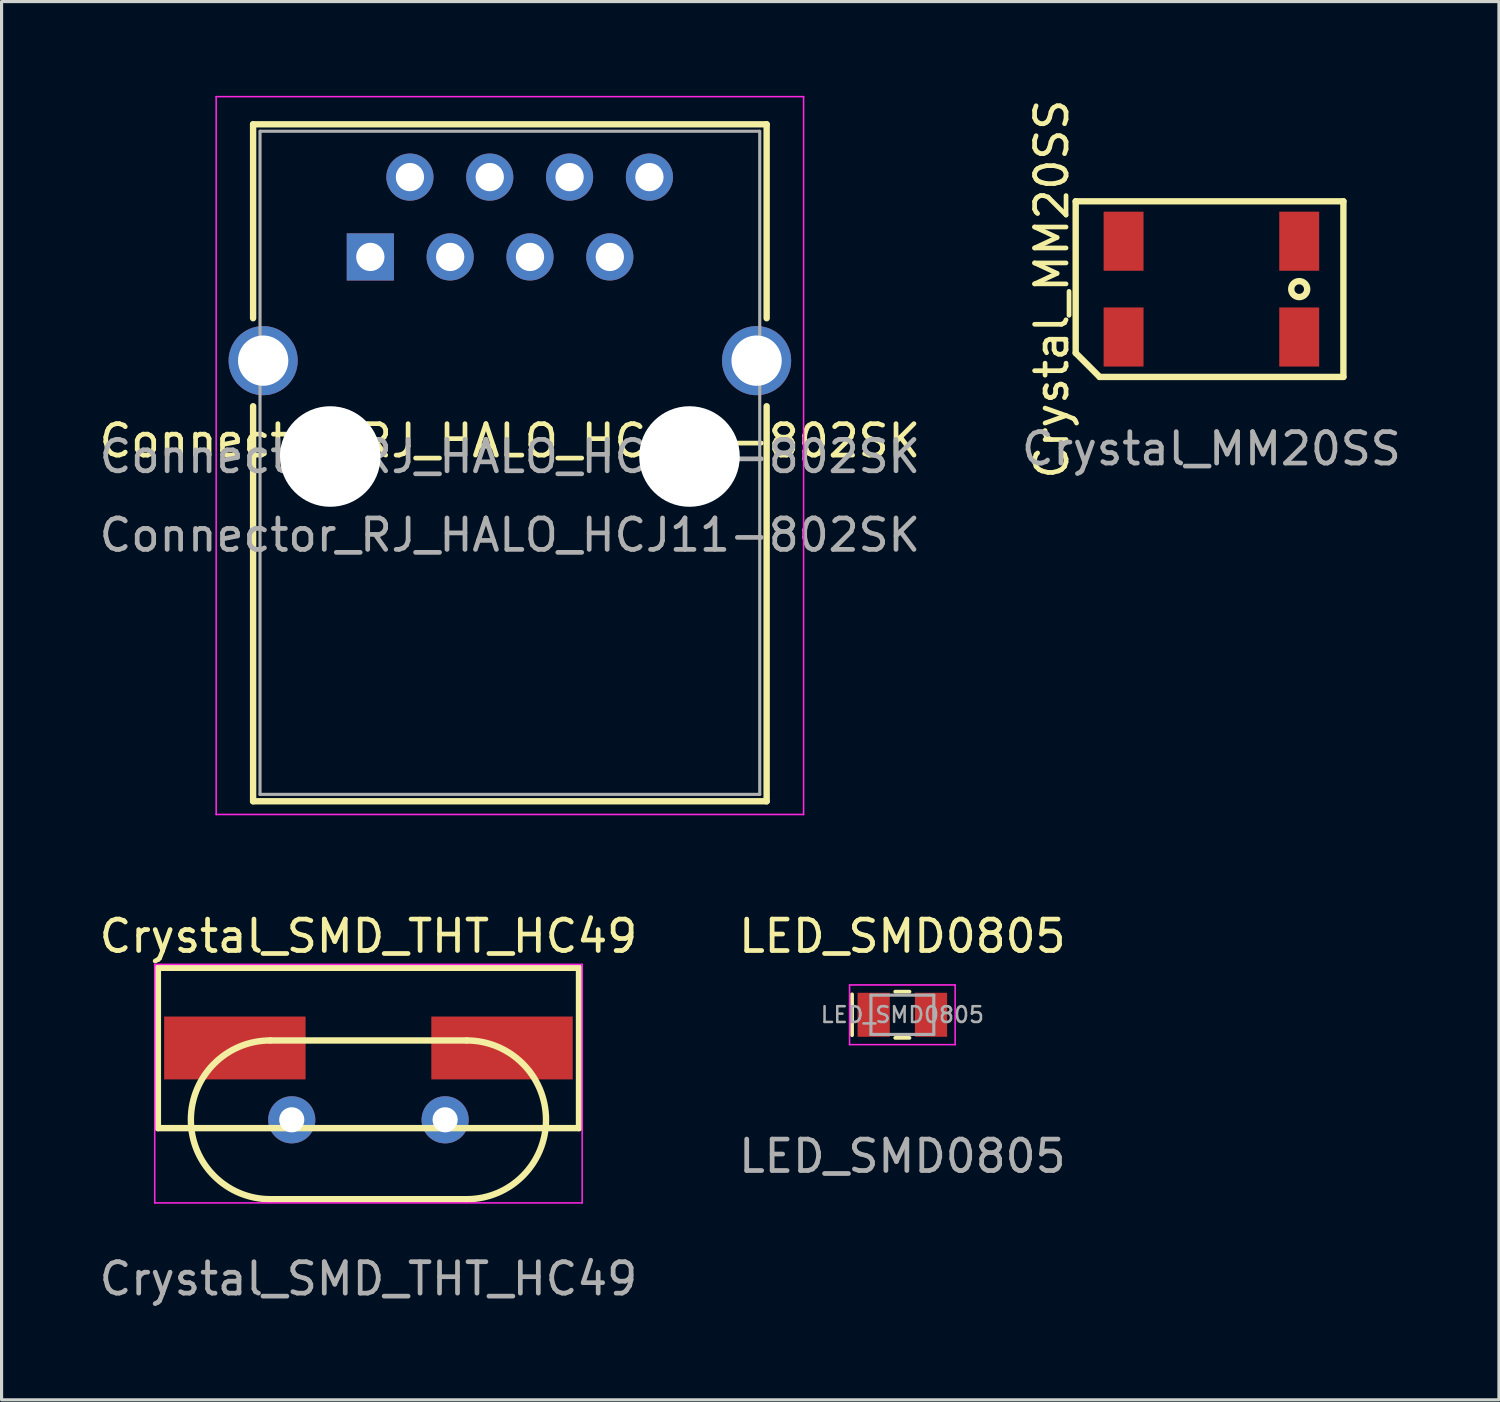
<source format=kicad_pcb>
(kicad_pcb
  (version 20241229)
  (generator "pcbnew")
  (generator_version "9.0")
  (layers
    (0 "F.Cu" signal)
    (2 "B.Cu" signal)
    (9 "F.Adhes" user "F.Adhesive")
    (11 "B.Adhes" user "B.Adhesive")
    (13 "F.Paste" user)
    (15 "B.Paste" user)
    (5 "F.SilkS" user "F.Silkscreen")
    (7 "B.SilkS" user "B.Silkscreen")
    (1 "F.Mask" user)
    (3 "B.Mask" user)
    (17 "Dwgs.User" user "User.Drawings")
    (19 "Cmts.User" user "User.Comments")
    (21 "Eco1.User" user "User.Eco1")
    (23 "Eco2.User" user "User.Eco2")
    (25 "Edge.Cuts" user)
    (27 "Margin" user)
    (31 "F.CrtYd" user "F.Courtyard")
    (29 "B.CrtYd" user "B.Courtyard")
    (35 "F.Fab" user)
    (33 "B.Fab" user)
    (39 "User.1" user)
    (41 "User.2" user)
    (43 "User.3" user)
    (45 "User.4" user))
  (footprint "Connector_RJ_HALO_HCJ11-802SK"
    (layer "F.Cu")
    (at 13.173 11.475)
    (property "Reference" "Connector_RJ_HALO_HCJ11-802SK" (at 0 -0.5 0) (unlocked yes) (layer "F.SilkS") (effects (font (size 1 1) (thickness 0.15))))
    (attr through_hole)
    (fp_line (start -8.17 -10.57) (end -8.17 -4.4) (stroke (width 0.203) (type solid)) (layer "F.SilkS"))
    (fp_line (start -8.17 -1.6) (end -8.17 10.97) (stroke (width 0.203) (type solid)) (layer "F.SilkS"))
    (fp_line (start 8.17 -10.57) (end -8.17 -10.57) (stroke (width 0.203) (type solid)) (layer "F.SilkS"))
    (fp_line (start 8.17 -4.4) (end 8.17 -10.57) (stroke (width 0.203) (type solid)) (layer "F.SilkS"))
    (fp_line (start 8.17 10.97) (end -8.17 10.97) (stroke (width 0.203) (type solid)) (layer "F.SilkS"))
    (fp_line (start 8.17 10.97) (end 8.17 -1.6) (stroke (width 0.203) (type solid)) (layer "F.SilkS"))
    (fp_line (start -9.345 -11.45) (end 9.345 -11.45) (stroke (width 0.05) (type solid)) (layer "F.CrtYd"))
    (fp_line (start -9.345 11.39) (end -9.345 -11.45) (stroke (width 0.05) (type solid)) (layer "F.CrtYd"))
    (fp_line (start 9.345 -11.45) (end 9.345 11.39) (stroke (width 0.05) (type solid)) (layer "F.CrtYd"))
    (fp_line (start 9.345 11.39) (end -9.345 11.39) (stroke (width 0.05) (type solid)) (layer "F.CrtYd"))
    (fp_line (start -7.95 10.75) (end -7.95 -10.35) (stroke (width 0.1) (type solid)) (layer "F.Fab"))
    (fp_line (start 7.94 -10.35) (end -7.94 -10.35) (stroke (width 0.1) (type solid)) (layer "F.Fab"))
    (fp_line (start 7.95 10.75) (end -7.95 10.75) (stroke (width 0.1) (type solid)) (layer "F.Fab"))
    (fp_line (start 7.95 10.75) (end 7.95 -10.35) (stroke (width 0.1) (type solid)) (layer "F.Fab"))
    (fp_text user "${REFERENCE}" (at 0 0 180) (layer "F.Fab") (effects (font (size 1 1) (thickness 0.15))))
    (fp_text user "${REFERENCE}" (at 0 2.5 0) (unlocked yes) (layer "F.Fab") (effects (font (size 1 1) (thickness 0.15))))
    (pad "" np_thru_hole circle (at -5.715 0 180) (size 3.2 3.2) (drill 3.2) (layers "*.Cu" "*.Mask"))
    (pad "" np_thru_hole circle (at 5.715 0 180) (size 3.2 3.2) (drill 3.2) (layers "*.Cu" "*.Mask"))
    (pad "1" thru_hole rect (at -4.44 -6.35 180) (size 1.5 1.5) (drill 0.9) (layers "*.Cu" "*.Mask"))
    (pad "2" thru_hole circle (at -3.18 -8.89 180) (size 1.5 1.5) (drill 0.9) (layers "*.Cu" "*.Mask"))
    (pad "3" thru_hole circle (at -1.9 -6.35 180) (size 1.5 1.5) (drill 0.9) (layers "*.Cu" "*.Mask"))
    (pad "4" thru_hole circle (at -0.64 -8.89 180) (size 1.5 1.5) (drill 0.9) (layers "*.Cu" "*.Mask"))
    (pad "5" thru_hole circle (at 0.64 -6.35 180) (size 1.5 1.5) (drill 0.9) (layers "*.Cu" "*.Mask"))
    (pad "6" thru_hole circle (at 1.9 -8.89 180) (size 1.5 1.5) (drill 0.9) (layers "*.Cu" "*.Mask"))
    (pad "7" thru_hole circle (at 3.18 -6.35 180) (size 1.5 1.5) (drill 0.9) (layers "*.Cu" "*.Mask"))
    (pad "8" thru_hole circle (at 4.44 -8.89 180) (size 1.5 1.5) (drill 0.9) (layers "*.Cu" "*.Mask"))
    (pad "SH" thru_hole circle (at -7.85 -3.05 180) (size 2.2 2.2) (drill 1.6) (layers "*.Cu" "*.Mask"))
    (pad "SH" thru_hole circle (at 7.85 -3.05 180) (size 2.2 2.2) (drill 1.6) (layers "*.Cu" "*.Mask")))
  (footprint "Crystal_SMD_THT_HC49"
    (layer "F.Cu")
    (at 8.673 31.544)
    (property "Reference" "Crystal_SMD_THT_HC49" (at 0 -4.806 0) (unlocked yes) (layer "F.SilkS") (effects (font (size 1 1) (thickness 0.15))))
    (attr through_hole)
    (fp_line (start -6.7 -3.8) (end -6.7 1.3) (stroke (width 0.203) (type solid)) (layer "F.SilkS"))
    (fp_line (start -6.7 1.3) (end 6.7 1.3) (stroke (width 0.203) (type solid)) (layer "F.SilkS"))
    (fp_line (start -3.125 -1.489) (end 3.125 -1.489) (stroke (width 0.203) (type solid)) (layer "F.SilkS"))
    (fp_line (start -3.125 3.561) (end 3.125 3.561) (stroke (width 0.203) (type solid)) (layer "F.SilkS"))
    (fp_line (start 6.7 -3.8) (end -6.7 -3.8) (stroke (width 0.203) (type solid)) (layer "F.SilkS"))
    (fp_line (start 6.7 -3.8) (end 6.7 1.3) (stroke (width 0.203) (type solid)) (layer "F.SilkS"))
    (fp_arc (start -3.125 3.561) (mid -5.65 1.036) (end -3.125 -1.489) (stroke (width 0.2032) (type solid)) (layer "F.SilkS"))
    (fp_arc (start 3.125 -1.489) (mid 5.65 1.036) (end 3.125 3.561) (stroke (width 0.2032) (type solid)) (layer "F.SilkS"))
    (fp_line (start -6.8 -3.91) (end -6.8 3.68) (stroke (width 0.05) (type solid)) (layer "F.CrtYd"))
    (fp_line (start -6.8 3.68) (end 6.8 3.68) (stroke (width 0.05) (type solid)) (layer "F.CrtYd"))
    (fp_line (start 6.8 -3.91) (end -6.8 -3.91) (stroke (width 0.05) (type solid)) (layer "F.CrtYd"))
    (fp_line (start 6.8 3.68) (end 6.8 -3.91) (stroke (width 0.05) (type solid)) (layer "F.CrtYd"))
    (fp_text user "${REFERENCE}" (at 0 6.096 0) (unlocked yes) (layer "F.Fab") (effects (font (size 1 1) (thickness 0.15))))
    (pad "1" smd rect (at -4.25 -1.25) (size 4.5 2) (layers "F.Cu" "F.Mask" "F.Paste"))
    (pad "1" thru_hole circle (at -2.44 1.036) (size 1.5 1.5) (drill 0.8) (layers "*.Cu" "*.Mask"))
    (pad "2" thru_hole circle (at 2.44 1.036) (size 1.5 1.5) (drill 0.8) (layers "*.Cu" "*.Mask"))
    (pad "2" smd rect (at 4.25 -1.25) (size 4.5 2) (layers "F.Cu" "F.Mask" "F.Paste")))
  (footprint "Crystal_MM20SS"
    (layer "F.Cu")
    (at 35.494 6.149)
    (property "Reference" "Crystal_MM20SS" (at -5.08 0 90) (unlocked yes) (layer "F.SilkS") (effects (font (size 1 1) (thickness 0.15))))
    (attr smd)
    (fp_line (start -4.318 -2.794) (end -4.318 2.032) (stroke (width 0.203) (type solid)) (layer "F.SilkS"))
    (fp_line (start -4.318 2.032) (end -3.556 2.794) (stroke (width 0.203) (type solid)) (layer "F.SilkS"))
    (fp_line (start -3.556 2.794) (end 4.2 2.794) (stroke (width 0.203) (type solid)) (layer "F.SilkS"))
    (fp_line (start 4.2 -2.794) (end -4.318 -2.794) (stroke (width 0.203) (type solid)) (layer "F.SilkS"))
    (fp_line (start 4.2 2.794) (end 4.2 -2.794) (stroke (width 0.203) (type solid)) (layer "F.SilkS"))
    (fp_circle (center 2.794 0) (end 3.048 0) (stroke (width 0.203) (type solid)) (fill no) (layer "F.SilkS"))
    (fp_text user "${REFERENCE}" (at 0 5.08 0) (unlocked yes) (layer "F.Fab") (effects (font (size 1 1) (thickness 0.15))))
    (pad "1" smd rect (at -2.794 1.524) (size 1.27 1.88) (layers "F.Cu" "F.Mask" "F.Paste"))
    (pad "2" smd rect (at 2.794 1.524) (size 1.27 1.88) (layers "F.Cu" "F.Mask" "F.Paste"))
    (pad "3" smd rect (at 2.794 -1.524) (size 1.27 1.88) (layers "F.Cu" "F.Mask" "F.Paste"))
    (pad "4" smd rect (at -2.794 -1.524) (size 1.27 1.88) (layers "F.Cu" "F.Mask" "F.Paste")))
  (footprint "LED_SMD0805"
    (layer "F.Cu")
    (at 25.661 29.238)
    (property "Reference" "LED_SMD0805" (at 0 -2.5 0) (unlocked yes) (layer "F.SilkS") (effects (font (size 1 1) (thickness 0.15))))
    (attr smd)
    (fp_line (start -1.6 -0.65) (end -1.6 0.65) (stroke (width 0.12) (type solid)) (layer "F.SilkS"))
    (fp_line (start -0.227 -0.735) (end 0.227 -0.735) (stroke (width 0.12) (type solid)) (layer "F.SilkS"))
    (fp_line (start -0.227 0.735) (end 0.227 0.735) (stroke (width 0.12) (type solid)) (layer "F.SilkS"))
    (fp_line (start -1.68 -0.95) (end 1.68 -0.95) (stroke (width 0.05) (type solid)) (layer "F.CrtYd"))
    (fp_line (start -1.68 0.95) (end -1.68 -0.95) (stroke (width 0.05) (type solid)) (layer "F.CrtYd"))
    (fp_line (start 1.68 -0.95) (end 1.68 0.95) (stroke (width 0.05) (type solid)) (layer "F.CrtYd"))
    (fp_line (start 1.68 0.95) (end -1.68 0.95) (stroke (width 0.05) (type solid)) (layer "F.CrtYd"))
    (fp_line (start -1 -0.625) (end 1 -0.625) (stroke (width 0.1) (type solid)) (layer "F.Fab"))
    (fp_line (start -1 0.625) (end -1 -0.625) (stroke (width 0.1) (type solid)) (layer "F.Fab"))
    (fp_line (start 1 -0.625) (end 1 0.625) (stroke (width 0.1) (type solid)) (layer "F.Fab"))
    (fp_line (start 1 0.625) (end -1 0.625) (stroke (width 0.1) (type solid)) (layer "F.Fab"))
    (fp_text user "${REFERENCE}" (at 0 4.5 0) (unlocked yes) (layer "F.Fab") (effects (font (size 1 1) (thickness 0.15))))
    (fp_text user "${REFERENCE}" (at 0 0 0) (layer "F.Fab") (effects (font (size 0.5 0.5) (thickness 0.08))))
    (pad "1" smd rect (at -0.912 0) (size 1.025 1.4) (layers "F.Cu" "F.Mask" "F.Paste"))
    (pad "2" smd rect (at 0.912 0) (size 1.025 1.4) (layers "F.Cu" "F.Mask" "F.Paste")))
  (gr_rect
    (start -3 -3)
    (end 44.643 41.489)
    (stroke (width 0.1) (type default))
    (fill no)
    (layer "Edge.Cuts")))
</source>
